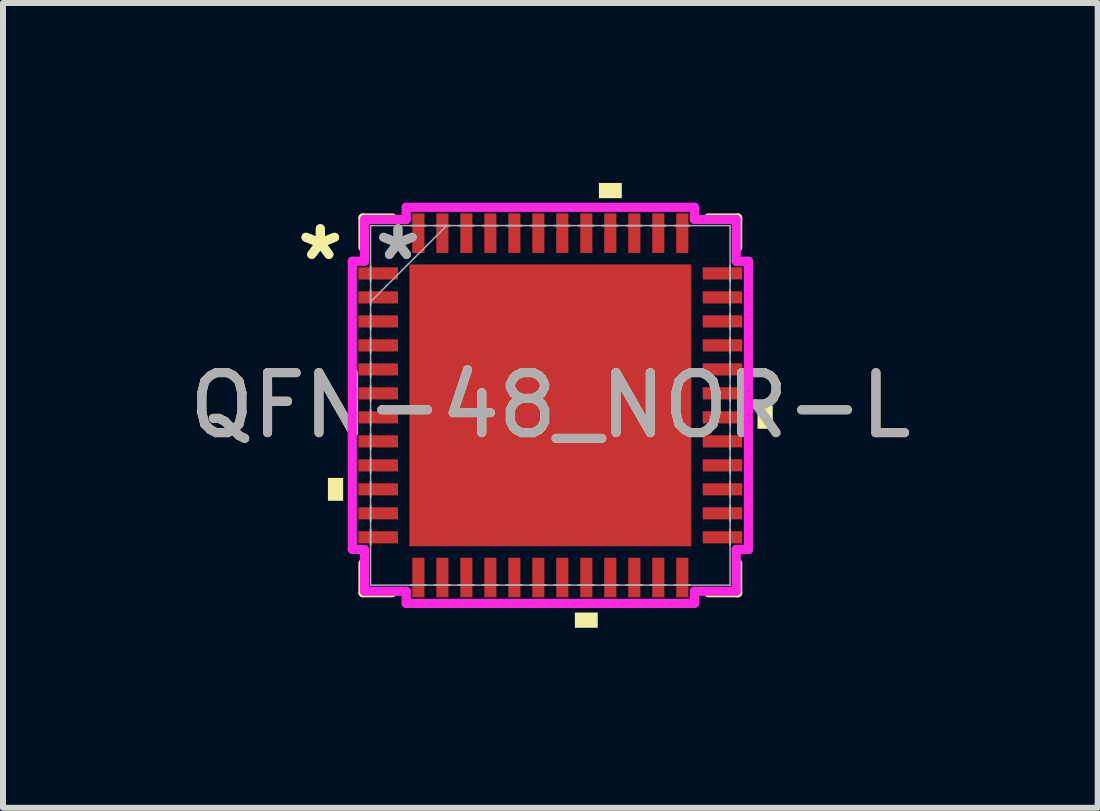
<source format=kicad_pcb>
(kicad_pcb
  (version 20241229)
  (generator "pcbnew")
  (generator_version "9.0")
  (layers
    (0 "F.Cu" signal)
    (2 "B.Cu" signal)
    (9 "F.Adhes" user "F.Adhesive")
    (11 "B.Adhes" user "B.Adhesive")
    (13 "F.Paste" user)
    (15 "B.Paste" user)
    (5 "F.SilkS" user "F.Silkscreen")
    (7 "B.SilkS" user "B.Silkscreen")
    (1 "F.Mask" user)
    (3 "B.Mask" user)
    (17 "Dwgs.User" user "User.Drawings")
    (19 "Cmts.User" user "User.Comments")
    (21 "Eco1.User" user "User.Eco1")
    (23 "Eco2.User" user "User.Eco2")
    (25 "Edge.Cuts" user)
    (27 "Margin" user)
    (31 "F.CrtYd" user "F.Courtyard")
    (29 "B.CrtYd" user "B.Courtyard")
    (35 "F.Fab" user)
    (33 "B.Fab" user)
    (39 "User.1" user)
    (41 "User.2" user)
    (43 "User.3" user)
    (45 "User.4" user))
  (footprint "QFN-48_NOR-L"
    (layer "F.Cu")
    (at 6.125 3.708)
    (property "Reference" "QFN-48_NOR-L" (at 0 0 0) (unlocked yes) (layer "F.SilkS") (effects (font (size 1 1) (thickness 0.15))))
    (attr smd)
    (fp_line (start -3.124 -3.124) (end -3.124 -2.634) (stroke (width 0.152) (type solid)) (layer "F.SilkS"))
    (fp_line (start -3.124 2.634) (end -3.124 3.124) (stroke (width 0.152) (type solid)) (layer "F.SilkS"))
    (fp_line (start -3.124 3.124) (end -2.634 3.124) (stroke (width 0.152) (type solid)) (layer "F.SilkS"))
    (fp_line (start -2.634 -3.124) (end -3.124 -3.124) (stroke (width 0.152) (type solid)) (layer "F.SilkS"))
    (fp_line (start 2.634 3.124) (end 3.124 3.124) (stroke (width 0.152) (type solid)) (layer "F.SilkS"))
    (fp_line (start 3.124 -3.124) (end 2.634 -3.124) (stroke (width 0.152) (type solid)) (layer "F.SilkS"))
    (fp_line (start 3.124 -2.634) (end 3.124 -3.124) (stroke (width 0.152) (type solid)) (layer "F.SilkS"))
    (fp_line (start 3.124 3.124) (end 3.124 2.634) (stroke (width 0.152) (type solid)) (layer "F.SilkS"))
    (fp_poly (pts (xy -3.708 1.21) (xy -3.708 1.591) (xy -3.454 1.591) (xy -3.454 1.21)) (stroke (width 0) (type solid)) (fill yes) (layer "F.SilkS"))
    (fp_poly (pts (xy 0.409 3.454) (xy 0.409 3.708) (xy 0.79 3.708) (xy 0.79 3.454)) (stroke (width 0) (type solid)) (fill yes) (layer "F.SilkS"))
    (fp_poly (pts (xy 0.81 -3.454) (xy 0.81 -3.708) (xy 1.191 -3.708) (xy 1.191 -3.454)) (stroke (width 0) (type solid)) (fill yes) (layer "F.SilkS"))
    (fp_poly (pts (xy 3.708 0.009) (xy 3.708 0.391) (xy 3.454 0.391) (xy 3.454 0.009)) (stroke (width 0) (type solid)) (fill yes) (layer "F.SilkS"))
    (fp_poly (pts (xy -2.249 -2.249) (xy -2.249 -0.883) (xy -0.883 -0.883) (xy -0.883 -2.249)) (stroke (width 0) (type solid)) (fill yes) (layer "F.Paste"))
    (fp_poly (pts (xy -2.249 -0.683) (xy -2.249 0.683) (xy -0.883 0.683) (xy -0.883 -0.683)) (stroke (width 0) (type solid)) (fill yes) (layer "F.Paste"))
    (fp_poly (pts (xy -2.249 0.883) (xy -2.249 2.249) (xy -0.883 2.249) (xy -0.883 0.883)) (stroke (width 0) (type solid)) (fill yes) (layer "F.Paste"))
    (fp_poly (pts (xy -0.683 -2.249) (xy -0.683 -0.883) (xy 0.683 -0.883) (xy 0.683 -2.249)) (stroke (width 0) (type solid)) (fill yes) (layer "F.Paste"))
    (fp_poly (pts (xy -0.683 -0.683) (xy -0.683 0.683) (xy 0.683 0.683) (xy 0.683 -0.683)) (stroke (width 0) (type solid)) (fill yes) (layer "F.Paste"))
    (fp_poly (pts (xy -0.683 0.883) (xy -0.683 2.249) (xy 0.683 2.249) (xy 0.683 0.883)) (stroke (width 0) (type solid)) (fill yes) (layer "F.Paste"))
    (fp_poly (pts (xy 0.883 -2.249) (xy 0.883 -0.883) (xy 2.249 -0.883) (xy 2.249 -2.249)) (stroke (width 0) (type solid)) (fill yes) (layer "F.Paste"))
    (fp_poly (pts (xy 0.883 -0.683) (xy 0.883 0.683) (xy 2.249 0.683) (xy 2.249 -0.683)) (stroke (width 0) (type solid)) (fill yes) (layer "F.Paste"))
    (fp_poly (pts (xy 0.883 0.883) (xy 0.883 2.249) (xy 2.249 2.249) (xy 2.249 0.883)) (stroke (width 0) (type solid)) (fill yes) (layer "F.Paste"))
    (fp_line (start -3.302 -2.403) (end -3.099 -2.403) (stroke (width 0.152) (type solid)) (layer "F.CrtYd"))
    (fp_line (start -3.302 2.403) (end -3.302 -2.403) (stroke (width 0.152) (type solid)) (layer "F.CrtYd"))
    (fp_line (start -3.099 -3.099) (end -2.403 -3.099) (stroke (width 0.152) (type solid)) (layer "F.CrtYd"))
    (fp_line (start -3.099 -2.403) (end -3.099 -3.099) (stroke (width 0.152) (type solid)) (layer "F.CrtYd"))
    (fp_line (start -3.099 2.403) (end -3.302 2.403) (stroke (width 0.152) (type solid)) (layer "F.CrtYd"))
    (fp_line (start -3.099 3.099) (end -3.099 2.403) (stroke (width 0.152) (type solid)) (layer "F.CrtYd"))
    (fp_line (start -2.403 -3.302) (end 2.403 -3.302) (stroke (width 0.152) (type solid)) (layer "F.CrtYd"))
    (fp_line (start -2.403 -3.099) (end -2.403 -3.302) (stroke (width 0.152) (type solid)) (layer "F.CrtYd"))
    (fp_line (start -2.403 3.099) (end -3.099 3.099) (stroke (width 0.152) (type solid)) (layer "F.CrtYd"))
    (fp_line (start -2.403 3.302) (end -2.403 3.099) (stroke (width 0.152) (type solid)) (layer "F.CrtYd"))
    (fp_line (start 2.403 -3.302) (end 2.403 -3.099) (stroke (width 0.152) (type solid)) (layer "F.CrtYd"))
    (fp_line (start 2.403 -3.099) (end 3.099 -3.099) (stroke (width 0.152) (type solid)) (layer "F.CrtYd"))
    (fp_line (start 2.403 3.099) (end 2.403 3.302) (stroke (width 0.152) (type solid)) (layer "F.CrtYd"))
    (fp_line (start 2.403 3.302) (end -2.403 3.302) (stroke (width 0.152) (type solid)) (layer "F.CrtYd"))
    (fp_line (start 3.099 -3.099) (end 3.099 -2.403) (stroke (width 0.152) (type solid)) (layer "F.CrtYd"))
    (fp_line (start 3.099 -2.403) (end 3.302 -2.403) (stroke (width 0.152) (type solid)) (layer "F.CrtYd"))
    (fp_line (start 3.099 2.403) (end 3.099 3.099) (stroke (width 0.152) (type solid)) (layer "F.CrtYd"))
    (fp_line (start 3.099 3.099) (end 2.403 3.099) (stroke (width 0.152) (type solid)) (layer "F.CrtYd"))
    (fp_line (start 3.302 -2.403) (end 3.302 2.403) (stroke (width 0.152) (type solid)) (layer "F.CrtYd"))
    (fp_line (start 3.302 2.403) (end 3.099 2.403) (stroke (width 0.152) (type solid)) (layer "F.CrtYd"))
    (fp_line (start -2.997 -2.997) (end -2.997 -2.997) (stroke (width 0.025) (type solid)) (layer "F.Fab"))
    (fp_line (start -2.997 -2.997) (end -2.997 2.997) (stroke (width 0.025) (type solid)) (layer "F.Fab"))
    (fp_line (start -2.997 -2.327) (end -2.997 -2.327) (stroke (width 0.025) (type solid)) (layer "F.Fab"))
    (fp_line (start -2.997 -2.327) (end -2.997 -2.073) (stroke (width 0.025) (type solid)) (layer "F.Fab"))
    (fp_line (start -2.997 -2.073) (end -2.997 -2.327) (stroke (width 0.025) (type solid)) (layer "F.Fab"))
    (fp_line (start -2.997 -2.073) (end -2.997 -2.073) (stroke (width 0.025) (type solid)) (layer "F.Fab"))
    (fp_line (start -2.997 -1.927) (end -2.997 -1.927) (stroke (width 0.025) (type solid)) (layer "F.Fab"))
    (fp_line (start -2.997 -1.927) (end -2.997 -1.673) (stroke (width 0.025) (type solid)) (layer "F.Fab"))
    (fp_line (start -2.997 -1.727) (end -1.727 -2.997) (stroke (width 0.025) (type solid)) (layer "F.Fab"))
    (fp_line (start -2.997 -1.673) (end -2.997 -1.927) (stroke (width 0.025) (type solid)) (layer "F.Fab"))
    (fp_line (start -2.997 -1.673) (end -2.997 -1.673) (stroke (width 0.025) (type solid)) (layer "F.Fab"))
    (fp_line (start -2.997 -1.527) (end -2.997 -1.527) (stroke (width 0.025) (type solid)) (layer "F.Fab"))
    (fp_line (start -2.997 -1.527) (end -2.997 -1.273) (stroke (width 0.025) (type solid)) (layer "F.Fab"))
    (fp_line (start -2.997 -1.273) (end -2.997 -1.527) (stroke (width 0.025) (type solid)) (layer "F.Fab"))
    (fp_line (start -2.997 -1.273) (end -2.997 -1.273) (stroke (width 0.025) (type solid)) (layer "F.Fab"))
    (fp_line (start -2.997 -1.127) (end -2.997 -1.127) (stroke (width 0.025) (type solid)) (layer "F.Fab"))
    (fp_line (start -2.997 -1.127) (end -2.997 -0.873) (stroke (width 0.025) (type solid)) (layer "F.Fab"))
    (fp_line (start -2.997 -0.873) (end -2.997 -1.127) (stroke (width 0.025) (type solid)) (layer "F.Fab"))
    (fp_line (start -2.997 -0.873) (end -2.997 -0.873) (stroke (width 0.025) (type solid)) (layer "F.Fab"))
    (fp_line (start -2.997 -0.727) (end -2.997 -0.727) (stroke (width 0.025) (type solid)) (layer "F.Fab"))
    (fp_line (start -2.997 -0.727) (end -2.997 -0.473) (stroke (width 0.025) (type solid)) (layer "F.Fab"))
    (fp_line (start -2.997 -0.473) (end -2.997 -0.727) (stroke (width 0.025) (type solid)) (layer "F.Fab"))
    (fp_line (start -2.997 -0.473) (end -2.997 -0.473) (stroke (width 0.025) (type solid)) (layer "F.Fab"))
    (fp_line (start -2.997 -0.327) (end -2.997 -0.327) (stroke (width 0.025) (type solid)) (layer "F.Fab"))
    (fp_line (start -2.997 -0.327) (end -2.997 -0.073) (stroke (width 0.025) (type solid)) (layer "F.Fab"))
    (fp_line (start -2.997 -0.073) (end -2.997 -0.327) (stroke (width 0.025) (type solid)) (layer "F.Fab"))
    (fp_line (start -2.997 -0.073) (end -2.997 -0.073) (stroke (width 0.025) (type solid)) (layer "F.Fab"))
    (fp_line (start -2.997 0.073) (end -2.997 0.073) (stroke (width 0.025) (type solid)) (layer "F.Fab"))
    (fp_line (start -2.997 0.073) (end -2.997 0.327) (stroke (width 0.025) (type solid)) (layer "F.Fab"))
    (fp_line (start -2.997 0.327) (end -2.997 0.073) (stroke (width 0.025) (type solid)) (layer "F.Fab"))
    (fp_line (start -2.997 0.327) (end -2.997 0.327) (stroke (width 0.025) (type solid)) (layer "F.Fab"))
    (fp_line (start -2.997 0.473) (end -2.997 0.473) (stroke (width 0.025) (type solid)) (layer "F.Fab"))
    (fp_line (start -2.997 0.473) (end -2.997 0.727) (stroke (width 0.025) (type solid)) (layer "F.Fab"))
    (fp_line (start -2.997 0.727) (end -2.997 0.473) (stroke (width 0.025) (type solid)) (layer "F.Fab"))
    (fp_line (start -2.997 0.727) (end -2.997 0.727) (stroke (width 0.025) (type solid)) (layer "F.Fab"))
    (fp_line (start -2.997 0.873) (end -2.997 0.873) (stroke (width 0.025) (type solid)) (layer "F.Fab"))
    (fp_line (start -2.997 0.873) (end -2.997 1.127) (stroke (width 0.025) (type solid)) (layer "F.Fab"))
    (fp_line (start -2.997 1.127) (end -2.997 0.873) (stroke (width 0.025) (type solid)) (layer "F.Fab"))
    (fp_line (start -2.997 1.127) (end -2.997 1.127) (stroke (width 0.025) (type solid)) (layer "F.Fab"))
    (fp_line (start -2.997 1.273) (end -2.997 1.273) (stroke (width 0.025) (type solid)) (layer "F.Fab"))
    (fp_line (start -2.997 1.273) (end -2.997 1.527) (stroke (width 0.025) (type solid)) (layer "F.Fab"))
    (fp_line (start -2.997 1.527) (end -2.997 1.273) (stroke (width 0.025) (type solid)) (layer "F.Fab"))
    (fp_line (start -2.997 1.527) (end -2.997 1.527) (stroke (width 0.025) (type solid)) (layer "F.Fab"))
    (fp_line (start -2.997 1.673) (end -2.997 1.673) (stroke (width 0.025) (type solid)) (layer "F.Fab"))
    (fp_line (start -2.997 1.673) (end -2.997 1.927) (stroke (width 0.025) (type solid)) (layer "F.Fab"))
    (fp_line (start -2.997 1.927) (end -2.997 1.673) (stroke (width 0.025) (type solid)) (layer "F.Fab"))
    (fp_line (start -2.997 1.927) (end -2.997 1.927) (stroke (width 0.025) (type solid)) (layer "F.Fab"))
    (fp_line (start -2.997 2.073) (end -2.997 2.073) (stroke (width 0.025) (type solid)) (layer "F.Fab"))
    (fp_line (start -2.997 2.073) (end -2.997 2.327) (stroke (width 0.025) (type solid)) (layer "F.Fab"))
    (fp_line (start -2.997 2.327) (end -2.997 2.073) (stroke (width 0.025) (type solid)) (layer "F.Fab"))
    (fp_line (start -2.997 2.327) (end -2.997 2.327) (stroke (width 0.025) (type solid)) (layer "F.Fab"))
    (fp_line (start -2.997 2.997) (end -2.997 2.997) (stroke (width 0.025) (type solid)) (layer "F.Fab"))
    (fp_line (start -2.997 2.997) (end 2.997 2.997) (stroke (width 0.025) (type solid)) (layer "F.Fab"))
    (fp_line (start -2.327 -2.997) (end -2.327 -2.997) (stroke (width 0.025) (type solid)) (layer "F.Fab"))
    (fp_line (start -2.327 -2.997) (end -2.073 -2.997) (stroke (width 0.025) (type solid)) (layer "F.Fab"))
    (fp_line (start -2.327 2.997) (end -2.327 2.997) (stroke (width 0.025) (type solid)) (layer "F.Fab"))
    (fp_line (start -2.327 2.997) (end -2.073 2.997) (stroke (width 0.025) (type solid)) (layer "F.Fab"))
    (fp_line (start -2.073 -2.997) (end -2.327 -2.997) (stroke (width 0.025) (type solid)) (layer "F.Fab"))
    (fp_line (start -2.073 -2.997) (end -2.073 -2.997) (stroke (width 0.025) (type solid)) (layer "F.Fab"))
    (fp_line (start -2.073 2.997) (end -2.327 2.997) (stroke (width 0.025) (type solid)) (layer "F.Fab"))
    (fp_line (start -2.073 2.997) (end -2.073 2.997) (stroke (width 0.025) (type solid)) (layer "F.Fab"))
    (fp_line (start -1.927 -2.997) (end -1.927 -2.997) (stroke (width 0.025) (type solid)) (layer "F.Fab"))
    (fp_line (start -1.927 -2.997) (end -1.673 -2.997) (stroke (width 0.025) (type solid)) (layer "F.Fab"))
    (fp_line (start -1.927 2.997) (end -1.927 2.997) (stroke (width 0.025) (type solid)) (layer "F.Fab"))
    (fp_line (start -1.927 2.997) (end -1.673 2.997) (stroke (width 0.025) (type solid)) (layer "F.Fab"))
    (fp_line (start -1.673 -2.997) (end -1.927 -2.997) (stroke (width 0.025) (type solid)) (layer "F.Fab"))
    (fp_line (start -1.673 -2.997) (end -1.673 -2.997) (stroke (width 0.025) (type solid)) (layer "F.Fab"))
    (fp_line (start -1.673 2.997) (end -1.927 2.997) (stroke (width 0.025) (type solid)) (layer "F.Fab"))
    (fp_line (start -1.673 2.997) (end -1.673 2.997) (stroke (width 0.025) (type solid)) (layer "F.Fab"))
    (fp_line (start -1.527 -2.997) (end -1.527 -2.997) (stroke (width 0.025) (type solid)) (layer "F.Fab"))
    (fp_line (start -1.527 -2.997) (end -1.273 -2.997) (stroke (width 0.025) (type solid)) (layer "F.Fab"))
    (fp_line (start -1.527 2.997) (end -1.527 2.997) (stroke (width 0.025) (type solid)) (layer "F.Fab"))
    (fp_line (start -1.527 2.997) (end -1.273 2.997) (stroke (width 0.025) (type solid)) (layer "F.Fab"))
    (fp_line (start -1.273 -2.997) (end -1.527 -2.997) (stroke (width 0.025) (type solid)) (layer "F.Fab"))
    (fp_line (start -1.273 -2.997) (end -1.273 -2.997) (stroke (width 0.025) (type solid)) (layer "F.Fab"))
    (fp_line (start -1.273 2.997) (end -1.527 2.997) (stroke (width 0.025) (type solid)) (layer "F.Fab"))
    (fp_line (start -1.273 2.997) (end -1.273 2.997) (stroke (width 0.025) (type solid)) (layer "F.Fab"))
    (fp_line (start -1.127 -2.997) (end -1.127 -2.997) (stroke (width 0.025) (type solid)) (layer "F.Fab"))
    (fp_line (start -1.127 -2.997) (end -0.873 -2.997) (stroke (width 0.025) (type solid)) (layer "F.Fab"))
    (fp_line (start -1.127 2.997) (end -1.127 2.997) (stroke (width 0.025) (type solid)) (layer "F.Fab"))
    (fp_line (start -1.127 2.997) (end -0.873 2.997) (stroke (width 0.025) (type solid)) (layer "F.Fab"))
    (fp_line (start -0.873 -2.997) (end -1.127 -2.997) (stroke (width 0.025) (type solid)) (layer "F.Fab"))
    (fp_line (start -0.873 -2.997) (end -0.873 -2.997) (stroke (width 0.025) (type solid)) (layer "F.Fab"))
    (fp_line (start -0.873 2.997) (end -1.127 2.997) (stroke (width 0.025) (type solid)) (layer "F.Fab"))
    (fp_line (start -0.873 2.997) (end -0.873 2.997) (stroke (width 0.025) (type solid)) (layer "F.Fab"))
    (fp_line (start -0.727 -2.997) (end -0.727 -2.997) (stroke (width 0.025) (type solid)) (layer "F.Fab"))
    (fp_line (start -0.727 -2.997) (end -0.473 -2.997) (stroke (width 0.025) (type solid)) (layer "F.Fab"))
    (fp_line (start -0.727 2.997) (end -0.727 2.997) (stroke (width 0.025) (type solid)) (layer "F.Fab"))
    (fp_line (start -0.727 2.997) (end -0.473 2.997) (stroke (width 0.025) (type solid)) (layer "F.Fab"))
    (fp_line (start -0.473 -2.997) (end -0.727 -2.997) (stroke (width 0.025) (type solid)) (layer "F.Fab"))
    (fp_line (start -0.473 -2.997) (end -0.473 -2.997) (stroke (width 0.025) (type solid)) (layer "F.Fab"))
    (fp_line (start -0.473 2.997) (end -0.727 2.997) (stroke (width 0.025) (type solid)) (layer "F.Fab"))
    (fp_line (start -0.473 2.997) (end -0.473 2.997) (stroke (width 0.025) (type solid)) (layer "F.Fab"))
    (fp_line (start -0.327 -2.997) (end -0.327 -2.997) (stroke (width 0.025) (type solid)) (layer "F.Fab"))
    (fp_line (start -0.327 -2.997) (end -0.073 -2.997) (stroke (width 0.025) (type solid)) (layer "F.Fab"))
    (fp_line (start -0.327 2.997) (end -0.327 2.997) (stroke (width 0.025) (type solid)) (layer "F.Fab"))
    (fp_line (start -0.327 2.997) (end -0.073 2.997) (stroke (width 0.025) (type solid)) (layer "F.Fab"))
    (fp_line (start -0.073 -2.997) (end -0.327 -2.997) (stroke (width 0.025) (type solid)) (layer "F.Fab"))
    (fp_line (start -0.073 -2.997) (end -0.073 -2.997) (stroke (width 0.025) (type solid)) (layer "F.Fab"))
    (fp_line (start -0.073 2.997) (end -0.327 2.997) (stroke (width 0.025) (type solid)) (layer "F.Fab"))
    (fp_line (start -0.073 2.997) (end -0.073 2.997) (stroke (width 0.025) (type solid)) (layer "F.Fab"))
    (fp_line (start 0.073 -2.997) (end 0.073 -2.997) (stroke (width 0.025) (type solid)) (layer "F.Fab"))
    (fp_line (start 0.073 -2.997) (end 0.327 -2.997) (stroke (width 0.025) (type solid)) (layer "F.Fab"))
    (fp_line (start 0.073 2.997) (end 0.073 2.997) (stroke (width 0.025) (type solid)) (layer "F.Fab"))
    (fp_line (start 0.073 2.997) (end 0.327 2.997) (stroke (width 0.025) (type solid)) (layer "F.Fab"))
    (fp_line (start 0.327 -2.997) (end 0.073 -2.997) (stroke (width 0.025) (type solid)) (layer "F.Fab"))
    (fp_line (start 0.327 -2.997) (end 0.327 -2.997) (stroke (width 0.025) (type solid)) (layer "F.Fab"))
    (fp_line (start 0.327 2.997) (end 0.073 2.997) (stroke (width 0.025) (type solid)) (layer "F.Fab"))
    (fp_line (start 0.327 2.997) (end 0.327 2.997) (stroke (width 0.025) (type solid)) (layer "F.Fab"))
    (fp_line (start 0.473 -2.997) (end 0.473 -2.997) (stroke (width 0.025) (type solid)) (layer "F.Fab"))
    (fp_line (start 0.473 -2.997) (end 0.727 -2.997) (stroke (width 0.025) (type solid)) (layer "F.Fab"))
    (fp_line (start 0.473 2.997) (end 0.473 2.997) (stroke (width 0.025) (type solid)) (layer "F.Fab"))
    (fp_line (start 0.473 2.997) (end 0.727 2.997) (stroke (width 0.025) (type solid)) (layer "F.Fab"))
    (fp_line (start 0.727 -2.997) (end 0.473 -2.997) (stroke (width 0.025) (type solid)) (layer "F.Fab"))
    (fp_line (start 0.727 -2.997) (end 0.727 -2.997) (stroke (width 0.025) (type solid)) (layer "F.Fab"))
    (fp_line (start 0.727 2.997) (end 0.473 2.997) (stroke (width 0.025) (type solid)) (layer "F.Fab"))
    (fp_line (start 0.727 2.997) (end 0.727 2.997) (stroke (width 0.025) (type solid)) (layer "F.Fab"))
    (fp_line (start 0.873 -2.997) (end 0.873 -2.997) (stroke (width 0.025) (type solid)) (layer "F.Fab"))
    (fp_line (start 0.873 -2.997) (end 1.127 -2.997) (stroke (width 0.025) (type solid)) (layer "F.Fab"))
    (fp_line (start 0.873 2.997) (end 0.873 2.997) (stroke (width 0.025) (type solid)) (layer "F.Fab"))
    (fp_line (start 0.873 2.997) (end 1.127 2.997) (stroke (width 0.025) (type solid)) (layer "F.Fab"))
    (fp_line (start 1.127 -2.997) (end 0.873 -2.997) (stroke (width 0.025) (type solid)) (layer "F.Fab"))
    (fp_line (start 1.127 -2.997) (end 1.127 -2.997) (stroke (width 0.025) (type solid)) (layer "F.Fab"))
    (fp_line (start 1.127 2.997) (end 0.873 2.997) (stroke (width 0.025) (type solid)) (layer "F.Fab"))
    (fp_line (start 1.127 2.997) (end 1.127 2.997) (stroke (width 0.025) (type solid)) (layer "F.Fab"))
    (fp_line (start 1.273 -2.997) (end 1.273 -2.997) (stroke (width 0.025) (type solid)) (layer "F.Fab"))
    (fp_line (start 1.273 -2.997) (end 1.527 -2.997) (stroke (width 0.025) (type solid)) (layer "F.Fab"))
    (fp_line (start 1.273 2.997) (end 1.273 2.997) (stroke (width 0.025) (type solid)) (layer "F.Fab"))
    (fp_line (start 1.273 2.997) (end 1.527 2.997) (stroke (width 0.025) (type solid)) (layer "F.Fab"))
    (fp_line (start 1.527 -2.997) (end 1.273 -2.997) (stroke (width 0.025) (type solid)) (layer "F.Fab"))
    (fp_line (start 1.527 -2.997) (end 1.527 -2.997) (stroke (width 0.025) (type solid)) (layer "F.Fab"))
    (fp_line (start 1.527 2.997) (end 1.273 2.997) (stroke (width 0.025) (type solid)) (layer "F.Fab"))
    (fp_line (start 1.527 2.997) (end 1.527 2.997) (stroke (width 0.025) (type solid)) (layer "F.Fab"))
    (fp_line (start 1.673 -2.997) (end 1.673 -2.997) (stroke (width 0.025) (type solid)) (layer "F.Fab"))
    (fp_line (start 1.673 -2.997) (end 1.927 -2.997) (stroke (width 0.025) (type solid)) (layer "F.Fab"))
    (fp_line (start 1.673 2.997) (end 1.673 2.997) (stroke (width 0.025) (type solid)) (layer "F.Fab"))
    (fp_line (start 1.673 2.997) (end 1.927 2.997) (stroke (width 0.025) (type solid)) (layer "F.Fab"))
    (fp_line (start 1.927 -2.997) (end 1.673 -2.997) (stroke (width 0.025) (type solid)) (layer "F.Fab"))
    (fp_line (start 1.927 -2.997) (end 1.927 -2.997) (stroke (width 0.025) (type solid)) (layer "F.Fab"))
    (fp_line (start 1.927 2.997) (end 1.673 2.997) (stroke (width 0.025) (type solid)) (layer "F.Fab"))
    (fp_line (start 1.927 2.997) (end 1.927 2.997) (stroke (width 0.025) (type solid)) (layer "F.Fab"))
    (fp_line (start 2.073 -2.997) (end 2.073 -2.997) (stroke (width 0.025) (type solid)) (layer "F.Fab"))
    (fp_line (start 2.073 -2.997) (end 2.327 -2.997) (stroke (width 0.025) (type solid)) (layer "F.Fab"))
    (fp_line (start 2.073 2.997) (end 2.073 2.997) (stroke (width 0.025) (type solid)) (layer "F.Fab"))
    (fp_line (start 2.073 2.997) (end 2.327 2.997) (stroke (width 0.025) (type solid)) (layer "F.Fab"))
    (fp_line (start 2.327 -2.997) (end 2.073 -2.997) (stroke (width 0.025) (type solid)) (layer "F.Fab"))
    (fp_line (start 2.327 -2.997) (end 2.327 -2.997) (stroke (width 0.025) (type solid)) (layer "F.Fab"))
    (fp_line (start 2.327 2.997) (end 2.073 2.997) (stroke (width 0.025) (type solid)) (layer "F.Fab"))
    (fp_line (start 2.327 2.997) (end 2.327 2.997) (stroke (width 0.025) (type solid)) (layer "F.Fab"))
    (fp_line (start 2.997 -2.997) (end -2.997 -2.997) (stroke (width 0.025) (type solid)) (layer "F.Fab"))
    (fp_line (start 2.997 -2.997) (end 2.997 -2.997) (stroke (width 0.025) (type solid)) (layer "F.Fab"))
    (fp_line (start 2.997 -2.327) (end 2.997 -2.327) (stroke (width 0.025) (type solid)) (layer "F.Fab"))
    (fp_line (start 2.997 -2.327) (end 2.997 -2.073) (stroke (width 0.025) (type solid)) (layer "F.Fab"))
    (fp_line (start 2.997 -2.073) (end 2.997 -2.327) (stroke (width 0.025) (type solid)) (layer "F.Fab"))
    (fp_line (start 2.997 -2.073) (end 2.997 -2.073) (stroke (width 0.025) (type solid)) (layer "F.Fab"))
    (fp_line (start 2.997 -1.927) (end 2.997 -1.927) (stroke (width 0.025) (type solid)) (layer "F.Fab"))
    (fp_line (start 2.997 -1.927) (end 2.997 -1.673) (stroke (width 0.025) (type solid)) (layer "F.Fab"))
    (fp_line (start 2.997 -1.673) (end 2.997 -1.927) (stroke (width 0.025) (type solid)) (layer "F.Fab"))
    (fp_line (start 2.997 -1.673) (end 2.997 -1.673) (stroke (width 0.025) (type solid)) (layer "F.Fab"))
    (fp_line (start 2.997 -1.527) (end 2.997 -1.527) (stroke (width 0.025) (type solid)) (layer "F.Fab"))
    (fp_line (start 2.997 -1.527) (end 2.997 -1.273) (stroke (width 0.025) (type solid)) (layer "F.Fab"))
    (fp_line (start 2.997 -1.273) (end 2.997 -1.527) (stroke (width 0.025) (type solid)) (layer "F.Fab"))
    (fp_line (start 2.997 -1.273) (end 2.997 -1.273) (stroke (width 0.025) (type solid)) (layer "F.Fab"))
    (fp_line (start 2.997 -1.127) (end 2.997 -1.127) (stroke (width 0.025) (type solid)) (layer "F.Fab"))
    (fp_line (start 2.997 -1.127) (end 2.997 -0.873) (stroke (width 0.025) (type solid)) (layer "F.Fab"))
    (fp_line (start 2.997 -0.873) (end 2.997 -1.127) (stroke (width 0.025) (type solid)) (layer "F.Fab"))
    (fp_line (start 2.997 -0.873) (end 2.997 -0.873) (stroke (width 0.025) (type solid)) (layer "F.Fab"))
    (fp_line (start 2.997 -0.727) (end 2.997 -0.727) (stroke (width 0.025) (type solid)) (layer "F.Fab"))
    (fp_line (start 2.997 -0.727) (end 2.997 -0.473) (stroke (width 0.025) (type solid)) (layer "F.Fab"))
    (fp_line (start 2.997 -0.473) (end 2.997 -0.727) (stroke (width 0.025) (type solid)) (layer "F.Fab"))
    (fp_line (start 2.997 -0.473) (end 2.997 -0.473) (stroke (width 0.025) (type solid)) (layer "F.Fab"))
    (fp_line (start 2.997 -0.327) (end 2.997 -0.327) (stroke (width 0.025) (type solid)) (layer "F.Fab"))
    (fp_line (start 2.997 -0.327) (end 2.997 -0.073) (stroke (width 0.025) (type solid)) (layer "F.Fab"))
    (fp_line (start 2.997 -0.073) (end 2.997 -0.327) (stroke (width 0.025) (type solid)) (layer "F.Fab"))
    (fp_line (start 2.997 -0.073) (end 2.997 -0.073) (stroke (width 0.025) (type solid)) (layer "F.Fab"))
    (fp_line (start 2.997 0.073) (end 2.997 0.073) (stroke (width 0.025) (type solid)) (layer "F.Fab"))
    (fp_line (start 2.997 0.073) (end 2.997 0.327) (stroke (width 0.025) (type solid)) (layer "F.Fab"))
    (fp_line (start 2.997 0.327) (end 2.997 0.073) (stroke (width 0.025) (type solid)) (layer "F.Fab"))
    (fp_line (start 2.997 0.327) (end 2.997 0.327) (stroke (width 0.025) (type solid)) (layer "F.Fab"))
    (fp_line (start 2.997 0.473) (end 2.997 0.473) (stroke (width 0.025) (type solid)) (layer "F.Fab"))
    (fp_line (start 2.997 0.473) (end 2.997 0.727) (stroke (width 0.025) (type solid)) (layer "F.Fab"))
    (fp_line (start 2.997 0.727) (end 2.997 0.473) (stroke (width 0.025) (type solid)) (layer "F.Fab"))
    (fp_line (start 2.997 0.727) (end 2.997 0.727) (stroke (width 0.025) (type solid)) (layer "F.Fab"))
    (fp_line (start 2.997 0.873) (end 2.997 0.873) (stroke (width 0.025) (type solid)) (layer "F.Fab"))
    (fp_line (start 2.997 0.873) (end 2.997 1.127) (stroke (width 0.025) (type solid)) (layer "F.Fab"))
    (fp_line (start 2.997 1.127) (end 2.997 0.873) (stroke (width 0.025) (type solid)) (layer "F.Fab"))
    (fp_line (start 2.997 1.127) (end 2.997 1.127) (stroke (width 0.025) (type solid)) (layer "F.Fab"))
    (fp_line (start 2.997 1.273) (end 2.997 1.273) (stroke (width 0.025) (type solid)) (layer "F.Fab"))
    (fp_line (start 2.997 1.273) (end 2.997 1.527) (stroke (width 0.025) (type solid)) (layer "F.Fab"))
    (fp_line (start 2.997 1.527) (end 2.997 1.273) (stroke (width 0.025) (type solid)) (layer "F.Fab"))
    (fp_line (start 2.997 1.527) (end 2.997 1.527) (stroke (width 0.025) (type solid)) (layer "F.Fab"))
    (fp_line (start 2.997 1.673) (end 2.997 1.673) (stroke (width 0.025) (type solid)) (layer "F.Fab"))
    (fp_line (start 2.997 1.673) (end 2.997 1.927) (stroke (width 0.025) (type solid)) (layer "F.Fab"))
    (fp_line (start 2.997 1.927) (end 2.997 1.673) (stroke (width 0.025) (type solid)) (layer "F.Fab"))
    (fp_line (start 2.997 1.927) (end 2.997 1.927) (stroke (width 0.025) (type solid)) (layer "F.Fab"))
    (fp_line (start 2.997 2.073) (end 2.997 2.073) (stroke (width 0.025) (type solid)) (layer "F.Fab"))
    (fp_line (start 2.997 2.073) (end 2.997 2.327) (stroke (width 0.025) (type solid)) (layer "F.Fab"))
    (fp_line (start 2.997 2.327) (end 2.997 2.073) (stroke (width 0.025) (type solid)) (layer "F.Fab"))
    (fp_line (start 2.997 2.327) (end 2.997 2.327) (stroke (width 0.025) (type solid)) (layer "F.Fab"))
    (fp_line (start 2.997 2.997) (end 2.997 -2.997) (stroke (width 0.025) (type solid)) (layer "F.Fab"))
    (fp_line (start 2.997 2.997) (end 2.997 2.997) (stroke (width 0.025) (type solid)) (layer "F.Fab"))
    (fp_text user "*" (at -3.835 -2.4 0) (layer "F.SilkS") (effects (font (size 1 1) (thickness 0.15))))
    (fp_text user "*" (at -3.835 -2.4 0) (unlocked yes) (layer "F.SilkS") (effects (font (size 1 1) (thickness 0.15))))
    (fp_text user "${REFERENCE}" (at 0 0 0) (unlocked yes) (layer "F.Fab") (effects (font (size 1 1) (thickness 0.15))))
    (fp_text user "*" (at -2.54 -2.4 0) (layer "F.Fab") (effects (font (size 1 1) (thickness 0.15))))
    (fp_text user "*" (at -2.54 -2.4 0) (unlocked yes) (layer "F.Fab") (effects (font (size 1 1) (thickness 0.15))))
    (pad "1" smd rect (at -2.87 -2.2 90) (size 0.203 0.66) (layers "F.Cu" "F.Mask" "F.Paste"))
    (pad "2" smd rect (at -2.87 -1.8 90) (size 0.203 0.66) (layers "F.Cu" "F.Mask" "F.Paste"))
    (pad "3" smd rect (at -2.87 -1.4 90) (size 0.203 0.66) (layers "F.Cu" "F.Mask" "F.Paste"))
    (pad "4" smd rect (at -2.87 -1 90) (size 0.203 0.66) (layers "F.Cu" "F.Mask" "F.Paste"))
    (pad "5" smd rect (at -2.87 -0.6 90) (size 0.203 0.66) (layers "F.Cu" "F.Mask" "F.Paste"))
    (pad "6" smd rect (at -2.87 -0.2 90) (size 0.203 0.66) (layers "F.Cu" "F.Mask" "F.Paste"))
    (pad "7" smd rect (at -2.87 0.2 90) (size 0.203 0.66) (layers "F.Cu" "F.Mask" "F.Paste"))
    (pad "8" smd rect (at -2.87 0.6 90) (size 0.203 0.66) (layers "F.Cu" "F.Mask" "F.Paste"))
    (pad "9" smd rect (at -2.87 1 90) (size 0.203 0.66) (layers "F.Cu" "F.Mask" "F.Paste"))
    (pad "10" smd rect (at -2.87 1.4 90) (size 0.203 0.66) (layers "F.Cu" "F.Mask" "F.Paste"))
    (pad "11" smd rect (at -2.87 1.8 90) (size 0.203 0.66) (layers "F.Cu" "F.Mask" "F.Paste"))
    (pad "12" smd rect (at -2.87 2.2 90) (size 0.203 0.66) (layers "F.Cu" "F.Mask" "F.Paste"))
    (pad "13" smd rect (at -2.2 2.87) (size 0.203 0.66) (layers "F.Cu" "F.Mask" "F.Paste"))
    (pad "14" smd rect (at -1.8 2.87) (size 0.203 0.66) (layers "F.Cu" "F.Mask" "F.Paste"))
    (pad "15" smd rect (at -1.4 2.87) (size 0.203 0.66) (layers "F.Cu" "F.Mask" "F.Paste"))
    (pad "16" smd rect (at -1 2.87) (size 0.203 0.66) (layers "F.Cu" "F.Mask" "F.Paste"))
    (pad "17" smd rect (at -0.6 2.87) (size 0.203 0.66) (layers "F.Cu" "F.Mask" "F.Paste"))
    (pad "18" smd rect (at -0.2 2.87) (size 0.203 0.66) (layers "F.Cu" "F.Mask" "F.Paste"))
    (pad "19" smd rect (at 0.2 2.87) (size 0.203 0.66) (layers "F.Cu" "F.Mask" "F.Paste"))
    (pad "20" smd rect (at 0.6 2.87) (size 0.203 0.66) (layers "F.Cu" "F.Mask" "F.Paste"))
    (pad "21" smd rect (at 1 2.87) (size 0.203 0.66) (layers "F.Cu" "F.Mask" "F.Paste"))
    (pad "22" smd rect (at 1.4 2.87) (size 0.203 0.66) (layers "F.Cu" "F.Mask" "F.Paste"))
    (pad "23" smd rect (at 1.8 2.87) (size 0.203 0.66) (layers "F.Cu" "F.Mask" "F.Paste"))
    (pad "24" smd rect (at 2.2 2.87) (size 0.203 0.66) (layers "F.Cu" "F.Mask" "F.Paste"))
    (pad "25" smd rect (at 2.87 2.2 90) (size 0.203 0.66) (layers "F.Cu" "F.Mask" "F.Paste"))
    (pad "26" smd rect (at 2.87 1.8 90) (size 0.203 0.66) (layers "F.Cu" "F.Mask" "F.Paste"))
    (pad "27" smd rect (at 2.87 1.4 90) (size 0.203 0.66) (layers "F.Cu" "F.Mask" "F.Paste"))
    (pad "28" smd rect (at 2.87 1 90) (size 0.203 0.66) (layers "F.Cu" "F.Mask" "F.Paste"))
    (pad "29" smd rect (at 2.87 0.6 90) (size 0.203 0.66) (layers "F.Cu" "F.Mask" "F.Paste"))
    (pad "30" smd rect (at 2.87 0.2 90) (size 0.203 0.66) (layers "F.Cu" "F.Mask" "F.Paste"))
    (pad "31" smd rect (at 2.87 -0.2 90) (size 0.203 0.66) (layers "F.Cu" "F.Mask" "F.Paste"))
    (pad "32" smd rect (at 2.87 -0.6 90) (size 0.203 0.66) (layers "F.Cu" "F.Mask" "F.Paste"))
    (pad "33" smd rect (at 2.87 -1 90) (size 0.203 0.66) (layers "F.Cu" "F.Mask" "F.Paste"))
    (pad "34" smd rect (at 2.87 -1.4 90) (size 0.203 0.66) (layers "F.Cu" "F.Mask" "F.Paste"))
    (pad "35" smd rect (at 2.87 -1.8 90) (size 0.203 0.66) (layers "F.Cu" "F.Mask" "F.Paste"))
    (pad "36" smd rect (at 2.87 -2.2 90) (size 0.203 0.66) (layers "F.Cu" "F.Mask" "F.Paste"))
    (pad "37" smd rect (at 2.2 -2.87) (size 0.203 0.66) (layers "F.Cu" "F.Mask" "F.Paste"))
    (pad "38" smd rect (at 1.8 -2.87) (size 0.203 0.66) (layers "F.Cu" "F.Mask" "F.Paste"))
    (pad "39" smd rect (at 1.4 -2.87) (size 0.203 0.66) (layers "F.Cu" "F.Mask" "F.Paste"))
    (pad "40" smd rect (at 1 -2.87) (size 0.203 0.66) (layers "F.Cu" "F.Mask" "F.Paste"))
    (pad "41" smd rect (at 0.6 -2.87) (size 0.203 0.66) (layers "F.Cu" "F.Mask" "F.Paste"))
    (pad "42" smd rect (at 0.2 -2.87) (size 0.203 0.66) (layers "F.Cu" "F.Mask" "F.Paste"))
    (pad "43" smd rect (at -0.2 -2.87) (size 0.203 0.66) (layers "F.Cu" "F.Mask" "F.Paste"))
    (pad "44" smd rect (at -0.6 -2.87) (size 0.203 0.66) (layers "F.Cu" "F.Mask" "F.Paste"))
    (pad "45" smd rect (at -1 -2.87) (size 0.203 0.66) (layers "F.Cu" "F.Mask" "F.Paste"))
    (pad "46" smd rect (at -1.4 -2.87) (size 0.203 0.66) (layers "F.Cu" "F.Mask" "F.Paste"))
    (pad "47" smd rect (at -1.8 -2.87) (size 0.203 0.66) (layers "F.Cu" "F.Mask" "F.Paste"))
    (pad "48" smd rect (at -2.2 -2.87) (size 0.203 0.66) (layers "F.Cu" "F.Mask" "F.Paste"))
    (pad "49" smd rect (at 0 0) (size 4.699 4.699) (layers "F.Cu" "F.Mask")))
  (gr_rect
    (start -3 -3)
    (end 15.25 10.417)
    (stroke (width 0.1) (type default))
    (fill no)
    (layer "Edge.Cuts")))
</source>
